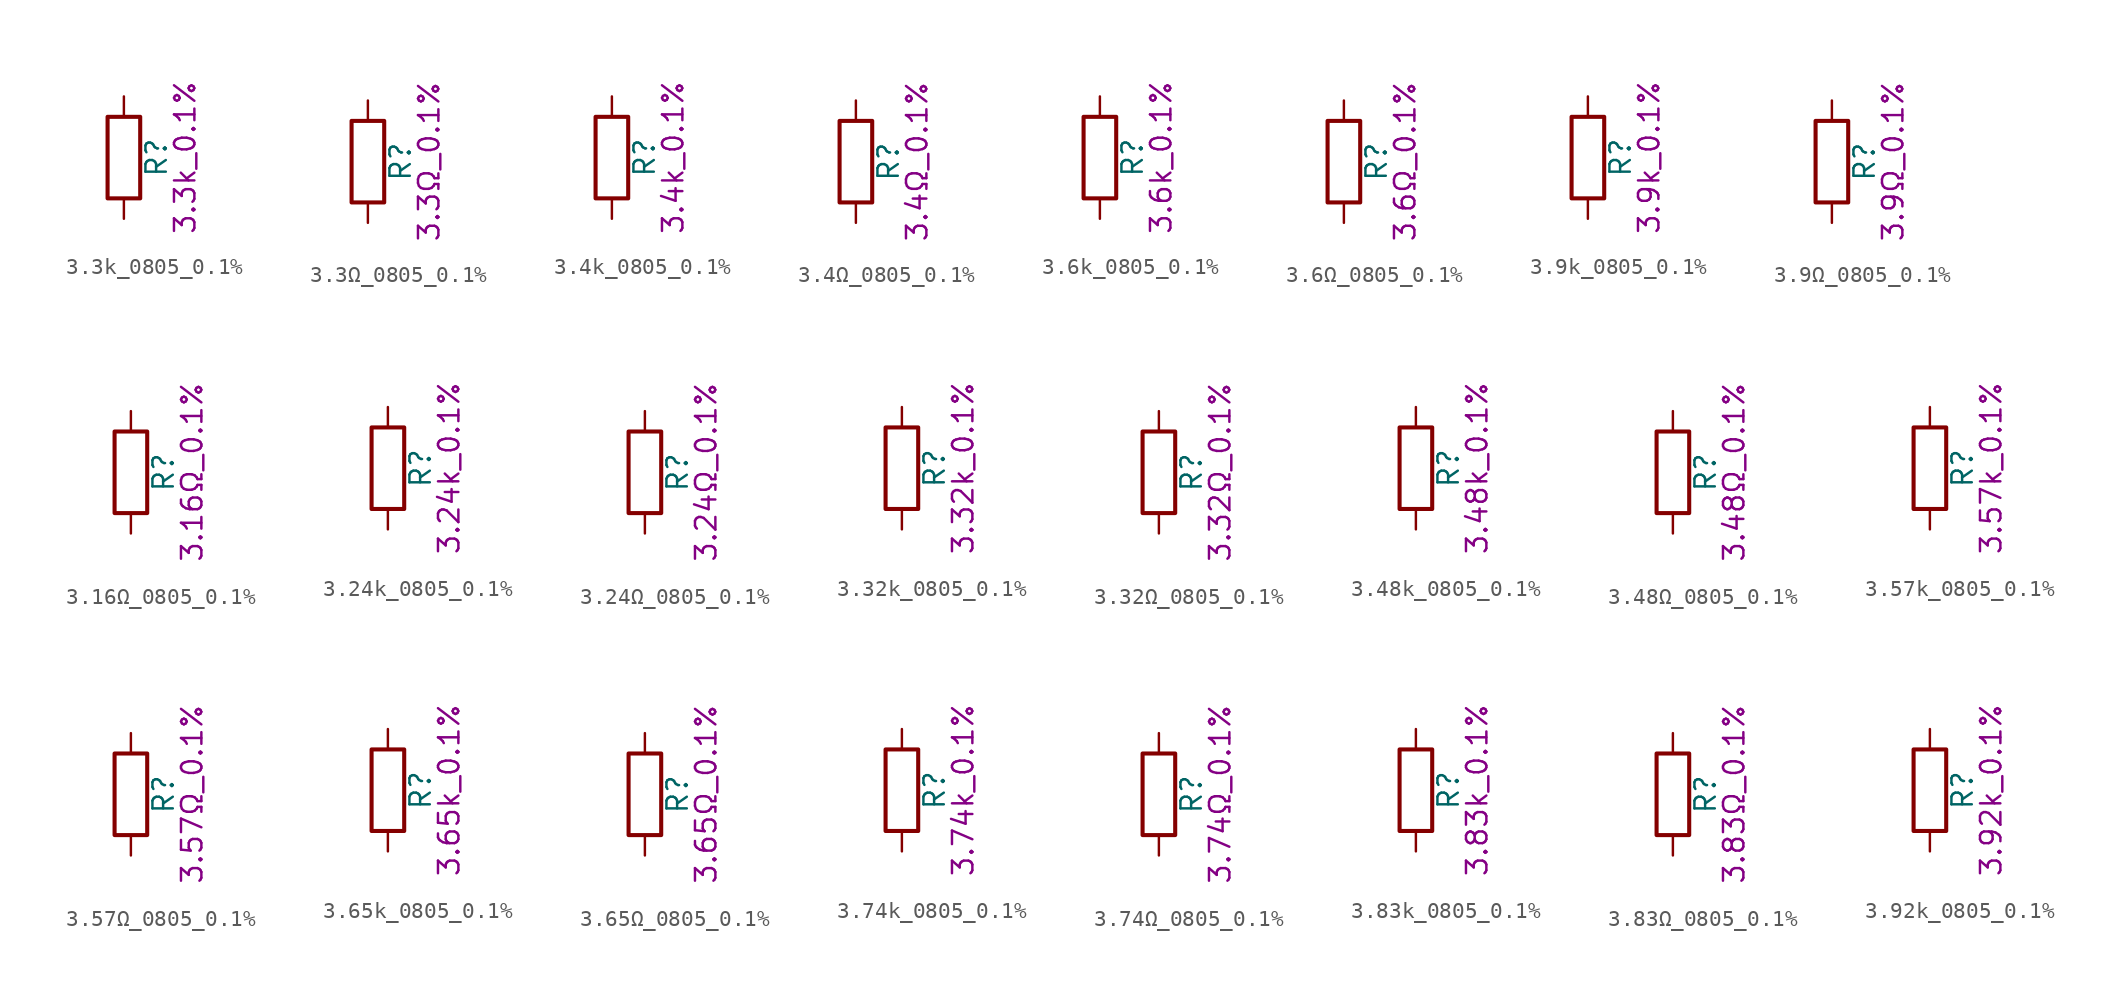
<source format=kicad_sym>
(kicad_symbol_lib
  (version 20211014)
  (generator kicad_symbol_editor)
  (symbol "3.3k_0805_0.1%"
    (pin_numbers hide)
    (pin_names
      (offset 0))
    (property "Reference" "R"
      (at 2.032 0 90)
      (effects (font (size 1.27 1.27))))
    (property "Display" "3.3k_0.1%"
      (at 3.81 0 90)
      (effects (font (size 1.27 1.27))))
    (symbol "3.3k_0805_0.1%_0_1"
      (rectangle (start -1.016 -2.54) (end 1.016 2.54) (stroke (width 0.254) (type default) (color 0 0 0 0)) (fill (type none))))
    (symbol "3.3k_0805_0.1%_1_1"
      (pin passive line (at 0 3.81 270) (length 1.27) (name "~" (effects (font (size 1.27 1.27)))) (number "1" (effects (font (size 1.27 1.27)))))
      (pin passive line (at 0 -3.81 90) (length 1.27) (name "~" (effects (font (size 1.27 1.27)))) (number "2" (effects (font (size 1.27 1.27)))))))
  (symbol "3.3Ω_0805_0.1%"
    (pin_numbers hide)
    (pin_names
      (offset 0))
    (property "Reference" "R"
      (at 2.032 0 90)
      (effects (font (size 1.27 1.27))))
    (property "Display" "3.3Ω_0.1%"
      (at 3.81 0 90)
      (effects (font (size 1.27 1.27))))
    (symbol "3.3Ω_0805_0.1%_0_1"
      (rectangle (start -1.016 -2.54) (end 1.016 2.54) (stroke (width 0.254) (type default) (color 0 0 0 0)) (fill (type none))))
    (symbol "3.3Ω_0805_0.1%_1_1"
      (pin passive line (at 0 3.81 270) (length 1.27) (name "~" (effects (font (size 1.27 1.27)))) (number "1" (effects (font (size 1.27 1.27)))))
      (pin passive line (at 0 -3.81 90) (length 1.27) (name "~" (effects (font (size 1.27 1.27)))) (number "2" (effects (font (size 1.27 1.27)))))))
  (symbol "3.4k_0805_0.1%"
    (pin_numbers hide)
    (pin_names
      (offset 0))
    (property "Reference" "R"
      (at 2.032 0 90)
      (effects (font (size 1.27 1.27))))
    (property "Display" "3.4k_0.1%"
      (at 3.81 0 90)
      (effects (font (size 1.27 1.27))))
    (symbol "3.4k_0805_0.1%_0_1"
      (rectangle (start -1.016 -2.54) (end 1.016 2.54) (stroke (width 0.254) (type default) (color 0 0 0 0)) (fill (type none))))
    (symbol "3.4k_0805_0.1%_1_1"
      (pin passive line (at 0 3.81 270) (length 1.27) (name "~" (effects (font (size 1.27 1.27)))) (number "1" (effects (font (size 1.27 1.27)))))
      (pin passive line (at 0 -3.81 90) (length 1.27) (name "~" (effects (font (size 1.27 1.27)))) (number "2" (effects (font (size 1.27 1.27)))))))
  (symbol "3.4Ω_0805_0.1%"
    (pin_numbers hide)
    (pin_names
      (offset 0))
    (property "Reference" "R"
      (at 2.032 0 90)
      (effects (font (size 1.27 1.27))))
    (property "Display" "3.4Ω_0.1%"
      (at 3.81 0 90)
      (effects (font (size 1.27 1.27))))
    (symbol "3.4Ω_0805_0.1%_0_1"
      (rectangle (start -1.016 -2.54) (end 1.016 2.54) (stroke (width 0.254) (type default) (color 0 0 0 0)) (fill (type none))))
    (symbol "3.4Ω_0805_0.1%_1_1"
      (pin passive line (at 0 3.81 270) (length 1.27) (name "~" (effects (font (size 1.27 1.27)))) (number "1" (effects (font (size 1.27 1.27)))))
      (pin passive line (at 0 -3.81 90) (length 1.27) (name "~" (effects (font (size 1.27 1.27)))) (number "2" (effects (font (size 1.27 1.27)))))))
  (symbol "3.6k_0805_0.1%"
    (pin_numbers hide)
    (pin_names
      (offset 0))
    (property "Reference" "R"
      (at 2.032 0 90)
      (effects (font (size 1.27 1.27))))
    (property "Display" "3.6k_0.1%"
      (at 3.81 0 90)
      (effects (font (size 1.27 1.27))))
    (symbol "3.6k_0805_0.1%_0_1"
      (rectangle (start -1.016 -2.54) (end 1.016 2.54) (stroke (width 0.254) (type default) (color 0 0 0 0)) (fill (type none))))
    (symbol "3.6k_0805_0.1%_1_1"
      (pin passive line (at 0 3.81 270) (length 1.27) (name "~" (effects (font (size 1.27 1.27)))) (number "1" (effects (font (size 1.27 1.27)))))
      (pin passive line (at 0 -3.81 90) (length 1.27) (name "~" (effects (font (size 1.27 1.27)))) (number "2" (effects (font (size 1.27 1.27)))))))
  (symbol "3.6Ω_0805_0.1%"
    (pin_numbers hide)
    (pin_names
      (offset 0))
    (property "Reference" "R"
      (at 2.032 0 90)
      (effects (font (size 1.27 1.27))))
    (property "Display" "3.6Ω_0.1%"
      (at 3.81 0 90)
      (effects (font (size 1.27 1.27))))
    (symbol "3.6Ω_0805_0.1%_0_1"
      (rectangle (start -1.016 -2.54) (end 1.016 2.54) (stroke (width 0.254) (type default) (color 0 0 0 0)) (fill (type none))))
    (symbol "3.6Ω_0805_0.1%_1_1"
      (pin passive line (at 0 3.81 270) (length 1.27) (name "~" (effects (font (size 1.27 1.27)))) (number "1" (effects (font (size 1.27 1.27)))))
      (pin passive line (at 0 -3.81 90) (length 1.27) (name "~" (effects (font (size 1.27 1.27)))) (number "2" (effects (font (size 1.27 1.27)))))))
  (symbol "3.9k_0805_0.1%"
    (pin_numbers hide)
    (pin_names
      (offset 0))
    (property "Reference" "R"
      (at 2.032 0 90)
      (effects (font (size 1.27 1.27))))
    (property "Display" "3.9k_0.1%"
      (at 3.81 0 90)
      (effects (font (size 1.27 1.27))))
    (symbol "3.9k_0805_0.1%_0_1"
      (rectangle (start -1.016 -2.54) (end 1.016 2.54) (stroke (width 0.254) (type default) (color 0 0 0 0)) (fill (type none))))
    (symbol "3.9k_0805_0.1%_1_1"
      (pin passive line (at 0 3.81 270) (length 1.27) (name "~" (effects (font (size 1.27 1.27)))) (number "1" (effects (font (size 1.27 1.27)))))
      (pin passive line (at 0 -3.81 90) (length 1.27) (name "~" (effects (font (size 1.27 1.27)))) (number "2" (effects (font (size 1.27 1.27)))))))
  (symbol "3.9Ω_0805_0.1%"
    (pin_numbers hide)
    (pin_names
      (offset 0))
    (property "Reference" "R"
      (at 2.032 0 90)
      (effects (font (size 1.27 1.27))))
    (property "Display" "3.9Ω_0.1%"
      (at 3.81 0 90)
      (effects (font (size 1.27 1.27))))
    (symbol "3.9Ω_0805_0.1%_0_1"
      (rectangle (start -1.016 -2.54) (end 1.016 2.54) (stroke (width 0.254) (type default) (color 0 0 0 0)) (fill (type none))))
    (symbol "3.9Ω_0805_0.1%_1_1"
      (pin passive line (at 0 3.81 270) (length 1.27) (name "~" (effects (font (size 1.27 1.27)))) (number "1" (effects (font (size 1.27 1.27)))))
      (pin passive line (at 0 -3.81 90) (length 1.27) (name "~" (effects (font (size 1.27 1.27)))) (number "2" (effects (font (size 1.27 1.27)))))))
  (symbol "3.16Ω_0805_0.1%"
    (pin_numbers hide)
    (pin_names
      (offset 0))
    (property "Reference" "R"
      (at 2.032 0 90)
      (effects (font (size 1.27 1.27))))
    (property "Display" "3.16Ω_0.1%"
      (at 3.81 0 90)
      (effects (font (size 1.27 1.27))))
    (symbol "3.16Ω_0805_0.1%_0_1"
      (rectangle (start -1.016 -2.54) (end 1.016 2.54) (stroke (width 0.254) (type default) (color 0 0 0 0)) (fill (type none))))
    (symbol "3.16Ω_0805_0.1%_1_1"
      (pin passive line (at 0 3.81 270) (length 1.27) (name "~" (effects (font (size 1.27 1.27)))) (number "1" (effects (font (size 1.27 1.27)))))
      (pin passive line (at 0 -3.81 90) (length 1.27) (name "~" (effects (font (size 1.27 1.27)))) (number "2" (effects (font (size 1.27 1.27)))))))
  (symbol "3.24k_0805_0.1%"
    (pin_numbers hide)
    (pin_names
      (offset 0))
    (property "Reference" "R"
      (at 2.032 0 90)
      (effects (font (size 1.27 1.27))))
    (property "Display" "3.24k_0.1%"
      (at 3.81 0 90)
      (effects (font (size 1.27 1.27))))
    (symbol "3.24k_0805_0.1%_0_1"
      (rectangle (start -1.016 -2.54) (end 1.016 2.54) (stroke (width 0.254) (type default) (color 0 0 0 0)) (fill (type none))))
    (symbol "3.24k_0805_0.1%_1_1"
      (pin passive line (at 0 3.81 270) (length 1.27) (name "~" (effects (font (size 1.27 1.27)))) (number "1" (effects (font (size 1.27 1.27)))))
      (pin passive line (at 0 -3.81 90) (length 1.27) (name "~" (effects (font (size 1.27 1.27)))) (number "2" (effects (font (size 1.27 1.27)))))))
  (symbol "3.24Ω_0805_0.1%"
    (pin_numbers hide)
    (pin_names
      (offset 0))
    (property "Reference" "R"
      (at 2.032 0 90)
      (effects (font (size 1.27 1.27))))
    (property "Display" "3.24Ω_0.1%"
      (at 3.81 0 90)
      (effects (font (size 1.27 1.27))))
    (symbol "3.24Ω_0805_0.1%_0_1"
      (rectangle (start -1.016 -2.54) (end 1.016 2.54) (stroke (width 0.254) (type default) (color 0 0 0 0)) (fill (type none))))
    (symbol "3.24Ω_0805_0.1%_1_1"
      (pin passive line (at 0 3.81 270) (length 1.27) (name "~" (effects (font (size 1.27 1.27)))) (number "1" (effects (font (size 1.27 1.27)))))
      (pin passive line (at 0 -3.81 90) (length 1.27) (name "~" (effects (font (size 1.27 1.27)))) (number "2" (effects (font (size 1.27 1.27)))))))
  (symbol "3.32k_0805_0.1%"
    (pin_numbers hide)
    (pin_names
      (offset 0))
    (property "Reference" "R"
      (at 2.032 0 90)
      (effects (font (size 1.27 1.27))))
    (property "Display" "3.32k_0.1%"
      (at 3.81 0 90)
      (effects (font (size 1.27 1.27))))
    (symbol "3.32k_0805_0.1%_0_1"
      (rectangle (start -1.016 -2.54) (end 1.016 2.54) (stroke (width 0.254) (type default) (color 0 0 0 0)) (fill (type none))))
    (symbol "3.32k_0805_0.1%_1_1"
      (pin passive line (at 0 3.81 270) (length 1.27) (name "~" (effects (font (size 1.27 1.27)))) (number "1" (effects (font (size 1.27 1.27)))))
      (pin passive line (at 0 -3.81 90) (length 1.27) (name "~" (effects (font (size 1.27 1.27)))) (number "2" (effects (font (size 1.27 1.27)))))))
  (symbol "3.32Ω_0805_0.1%"
    (pin_numbers hide)
    (pin_names
      (offset 0))
    (property "Reference" "R"
      (at 2.032 0 90)
      (effects (font (size 1.27 1.27))))
    (property "Display" "3.32Ω_0.1%"
      (at 3.81 0 90)
      (effects (font (size 1.27 1.27))))
    (symbol "3.32Ω_0805_0.1%_0_1"
      (rectangle (start -1.016 -2.54) (end 1.016 2.54) (stroke (width 0.254) (type default) (color 0 0 0 0)) (fill (type none))))
    (symbol "3.32Ω_0805_0.1%_1_1"
      (pin passive line (at 0 3.81 270) (length 1.27) (name "~" (effects (font (size 1.27 1.27)))) (number "1" (effects (font (size 1.27 1.27)))))
      (pin passive line (at 0 -3.81 90) (length 1.27) (name "~" (effects (font (size 1.27 1.27)))) (number "2" (effects (font (size 1.27 1.27)))))))
  (symbol "3.48k_0805_0.1%"
    (pin_numbers hide)
    (pin_names
      (offset 0))
    (property "Reference" "R"
      (at 2.032 0 90)
      (effects (font (size 1.27 1.27))))
    (property "Display" "3.48k_0.1%"
      (at 3.81 0 90)
      (effects (font (size 1.27 1.27))))
    (symbol "3.48k_0805_0.1%_0_1"
      (rectangle (start -1.016 -2.54) (end 1.016 2.54) (stroke (width 0.254) (type default) (color 0 0 0 0)) (fill (type none))))
    (symbol "3.48k_0805_0.1%_1_1"
      (pin passive line (at 0 3.81 270) (length 1.27) (name "~" (effects (font (size 1.27 1.27)))) (number "1" (effects (font (size 1.27 1.27)))))
      (pin passive line (at 0 -3.81 90) (length 1.27) (name "~" (effects (font (size 1.27 1.27)))) (number "2" (effects (font (size 1.27 1.27)))))))
  (symbol "3.48Ω_0805_0.1%"
    (pin_numbers hide)
    (pin_names
      (offset 0))
    (property "Reference" "R"
      (at 2.032 0 90)
      (effects (font (size 1.27 1.27))))
    (property "Display" "3.48Ω_0.1%"
      (at 3.81 0 90)
      (effects (font (size 1.27 1.27))))
    (symbol "3.48Ω_0805_0.1%_0_1"
      (rectangle (start -1.016 -2.54) (end 1.016 2.54) (stroke (width 0.254) (type default) (color 0 0 0 0)) (fill (type none))))
    (symbol "3.48Ω_0805_0.1%_1_1"
      (pin passive line (at 0 3.81 270) (length 1.27) (name "~" (effects (font (size 1.27 1.27)))) (number "1" (effects (font (size 1.27 1.27)))))
      (pin passive line (at 0 -3.81 90) (length 1.27) (name "~" (effects (font (size 1.27 1.27)))) (number "2" (effects (font (size 1.27 1.27)))))))
  (symbol "3.57k_0805_0.1%"
    (pin_numbers hide)
    (pin_names
      (offset 0))
    (property "Reference" "R"
      (at 2.032 0 90)
      (effects (font (size 1.27 1.27))))
    (property "Display" "3.57k_0.1%"
      (at 3.81 0 90)
      (effects (font (size 1.27 1.27))))
    (symbol "3.57k_0805_0.1%_0_1"
      (rectangle (start -1.016 -2.54) (end 1.016 2.54) (stroke (width 0.254) (type default) (color 0 0 0 0)) (fill (type none))))
    (symbol "3.57k_0805_0.1%_1_1"
      (pin passive line (at 0 3.81 270) (length 1.27) (name "~" (effects (font (size 1.27 1.27)))) (number "1" (effects (font (size 1.27 1.27)))))
      (pin passive line (at 0 -3.81 90) (length 1.27) (name "~" (effects (font (size 1.27 1.27)))) (number "2" (effects (font (size 1.27 1.27)))))))
  (symbol "3.57Ω_0805_0.1%"
    (pin_numbers hide)
    (pin_names
      (offset 0))
    (property "Reference" "R"
      (at 2.032 0 90)
      (effects (font (size 1.27 1.27))))
    (property "Display" "3.57Ω_0.1%"
      (at 3.81 0 90)
      (effects (font (size 1.27 1.27))))
    (symbol "3.57Ω_0805_0.1%_0_1"
      (rectangle (start -1.016 -2.54) (end 1.016 2.54) (stroke (width 0.254) (type default) (color 0 0 0 0)) (fill (type none))))
    (symbol "3.57Ω_0805_0.1%_1_1"
      (pin passive line (at 0 3.81 270) (length 1.27) (name "~" (effects (font (size 1.27 1.27)))) (number "1" (effects (font (size 1.27 1.27)))))
      (pin passive line (at 0 -3.81 90) (length 1.27) (name "~" (effects (font (size 1.27 1.27)))) (number "2" (effects (font (size 1.27 1.27)))))))
  (symbol "3.65k_0805_0.1%"
    (pin_numbers hide)
    (pin_names
      (offset 0))
    (property "Reference" "R"
      (at 2.032 0 90)
      (effects (font (size 1.27 1.27))))
    (property "Display" "3.65k_0.1%"
      (at 3.81 0 90)
      (effects (font (size 1.27 1.27))))
    (symbol "3.65k_0805_0.1%_0_1"
      (rectangle (start -1.016 -2.54) (end 1.016 2.54) (stroke (width 0.254) (type default) (color 0 0 0 0)) (fill (type none))))
    (symbol "3.65k_0805_0.1%_1_1"
      (pin passive line (at 0 3.81 270) (length 1.27) (name "~" (effects (font (size 1.27 1.27)))) (number "1" (effects (font (size 1.27 1.27)))))
      (pin passive line (at 0 -3.81 90) (length 1.27) (name "~" (effects (font (size 1.27 1.27)))) (number "2" (effects (font (size 1.27 1.27)))))))
  (symbol "3.65Ω_0805_0.1%"
    (pin_numbers hide)
    (pin_names
      (offset 0))
    (property "Reference" "R"
      (at 2.032 0 90)
      (effects (font (size 1.27 1.27))))
    (property "Display" "3.65Ω_0.1%"
      (at 3.81 0 90)
      (effects (font (size 1.27 1.27))))
    (symbol "3.65Ω_0805_0.1%_0_1"
      (rectangle (start -1.016 -2.54) (end 1.016 2.54) (stroke (width 0.254) (type default) (color 0 0 0 0)) (fill (type none))))
    (symbol "3.65Ω_0805_0.1%_1_1"
      (pin passive line (at 0 3.81 270) (length 1.27) (name "~" (effects (font (size 1.27 1.27)))) (number "1" (effects (font (size 1.27 1.27)))))
      (pin passive line (at 0 -3.81 90) (length 1.27) (name "~" (effects (font (size 1.27 1.27)))) (number "2" (effects (font (size 1.27 1.27)))))))
  (symbol "3.74k_0805_0.1%"
    (pin_numbers hide)
    (pin_names
      (offset 0))
    (property "Reference" "R"
      (at 2.032 0 90)
      (effects (font (size 1.27 1.27))))
    (property "Display" "3.74k_0.1%"
      (at 3.81 0 90)
      (effects (font (size 1.27 1.27))))
    (symbol "3.74k_0805_0.1%_0_1"
      (rectangle (start -1.016 -2.54) (end 1.016 2.54) (stroke (width 0.254) (type default) (color 0 0 0 0)) (fill (type none))))
    (symbol "3.74k_0805_0.1%_1_1"
      (pin passive line (at 0 3.81 270) (length 1.27) (name "~" (effects (font (size 1.27 1.27)))) (number "1" (effects (font (size 1.27 1.27)))))
      (pin passive line (at 0 -3.81 90) (length 1.27) (name "~" (effects (font (size 1.27 1.27)))) (number "2" (effects (font (size 1.27 1.27)))))))
  (symbol "3.74Ω_0805_0.1%"
    (pin_numbers hide)
    (pin_names
      (offset 0))
    (property "Reference" "R"
      (at 2.032 0 90)
      (effects (font (size 1.27 1.27))))
    (property "Display" "3.74Ω_0.1%"
      (at 3.81 0 90)
      (effects (font (size 1.27 1.27))))
    (symbol "3.74Ω_0805_0.1%_0_1"
      (rectangle (start -1.016 -2.54) (end 1.016 2.54) (stroke (width 0.254) (type default) (color 0 0 0 0)) (fill (type none))))
    (symbol "3.74Ω_0805_0.1%_1_1"
      (pin passive line (at 0 3.81 270) (length 1.27) (name "~" (effects (font (size 1.27 1.27)))) (number "1" (effects (font (size 1.27 1.27)))))
      (pin passive line (at 0 -3.81 90) (length 1.27) (name "~" (effects (font (size 1.27 1.27)))) (number "2" (effects (font (size 1.27 1.27)))))))
  (symbol "3.83k_0805_0.1%"
    (pin_numbers hide)
    (pin_names
      (offset 0))
    (property "Reference" "R"
      (at 2.032 0 90)
      (effects (font (size 1.27 1.27))))
    (property "Display" "3.83k_0.1%"
      (at 3.81 0 90)
      (effects (font (size 1.27 1.27))))
    (symbol "3.83k_0805_0.1%_0_1"
      (rectangle (start -1.016 -2.54) (end 1.016 2.54) (stroke (width 0.254) (type default) (color 0 0 0 0)) (fill (type none))))
    (symbol "3.83k_0805_0.1%_1_1"
      (pin passive line (at 0 3.81 270) (length 1.27) (name "~" (effects (font (size 1.27 1.27)))) (number "1" (effects (font (size 1.27 1.27)))))
      (pin passive line (at 0 -3.81 90) (length 1.27) (name "~" (effects (font (size 1.27 1.27)))) (number "2" (effects (font (size 1.27 1.27)))))))
  (symbol "3.83Ω_0805_0.1%"
    (pin_numbers hide)
    (pin_names
      (offset 0))
    (property "Reference" "R"
      (at 2.032 0 90)
      (effects (font (size 1.27 1.27))))
    (property "Display" "3.83Ω_0.1%"
      (at 3.81 0 90)
      (effects (font (size 1.27 1.27))))
    (symbol "3.83Ω_0805_0.1%_0_1"
      (rectangle (start -1.016 -2.54) (end 1.016 2.54) (stroke (width 0.254) (type default) (color 0 0 0 0)) (fill (type none))))
    (symbol "3.83Ω_0805_0.1%_1_1"
      (pin passive line (at 0 3.81 270) (length 1.27) (name "~" (effects (font (size 1.27 1.27)))) (number "1" (effects (font (size 1.27 1.27)))))
      (pin passive line (at 0 -3.81 90) (length 1.27) (name "~" (effects (font (size 1.27 1.27)))) (number "2" (effects (font (size 1.27 1.27)))))))
  (symbol "3.92k_0805_0.1%"
    (pin_numbers hide)
    (pin_names
      (offset 0))
    (property "Reference" "R"
      (at 2.032 0 90)
      (effects (font (size 1.27 1.27))))
    (property "Display" "3.92k_0.1%"
      (at 3.81 0 90)
      (effects (font (size 1.27 1.27))))
    (symbol "3.92k_0805_0.1%_0_1"
      (rectangle (start -1.016 -2.54) (end 1.016 2.54) (stroke (width 0.254) (type default) (color 0 0 0 0)) (fill (type none))))
    (symbol "3.92k_0805_0.1%_1_1"
      (pin passive line (at 0 3.81 270) (length 1.27) (name "~" (effects (font (size 1.27 1.27)))) (number "1" (effects (font (size 1.27 1.27)))))
      (pin passive line (at 0 -3.81 90) (length 1.27) (name "~" (effects (font (size 1.27 1.27)))) (number "2" (effects (font (size 1.27 1.27))))))))
</source>
